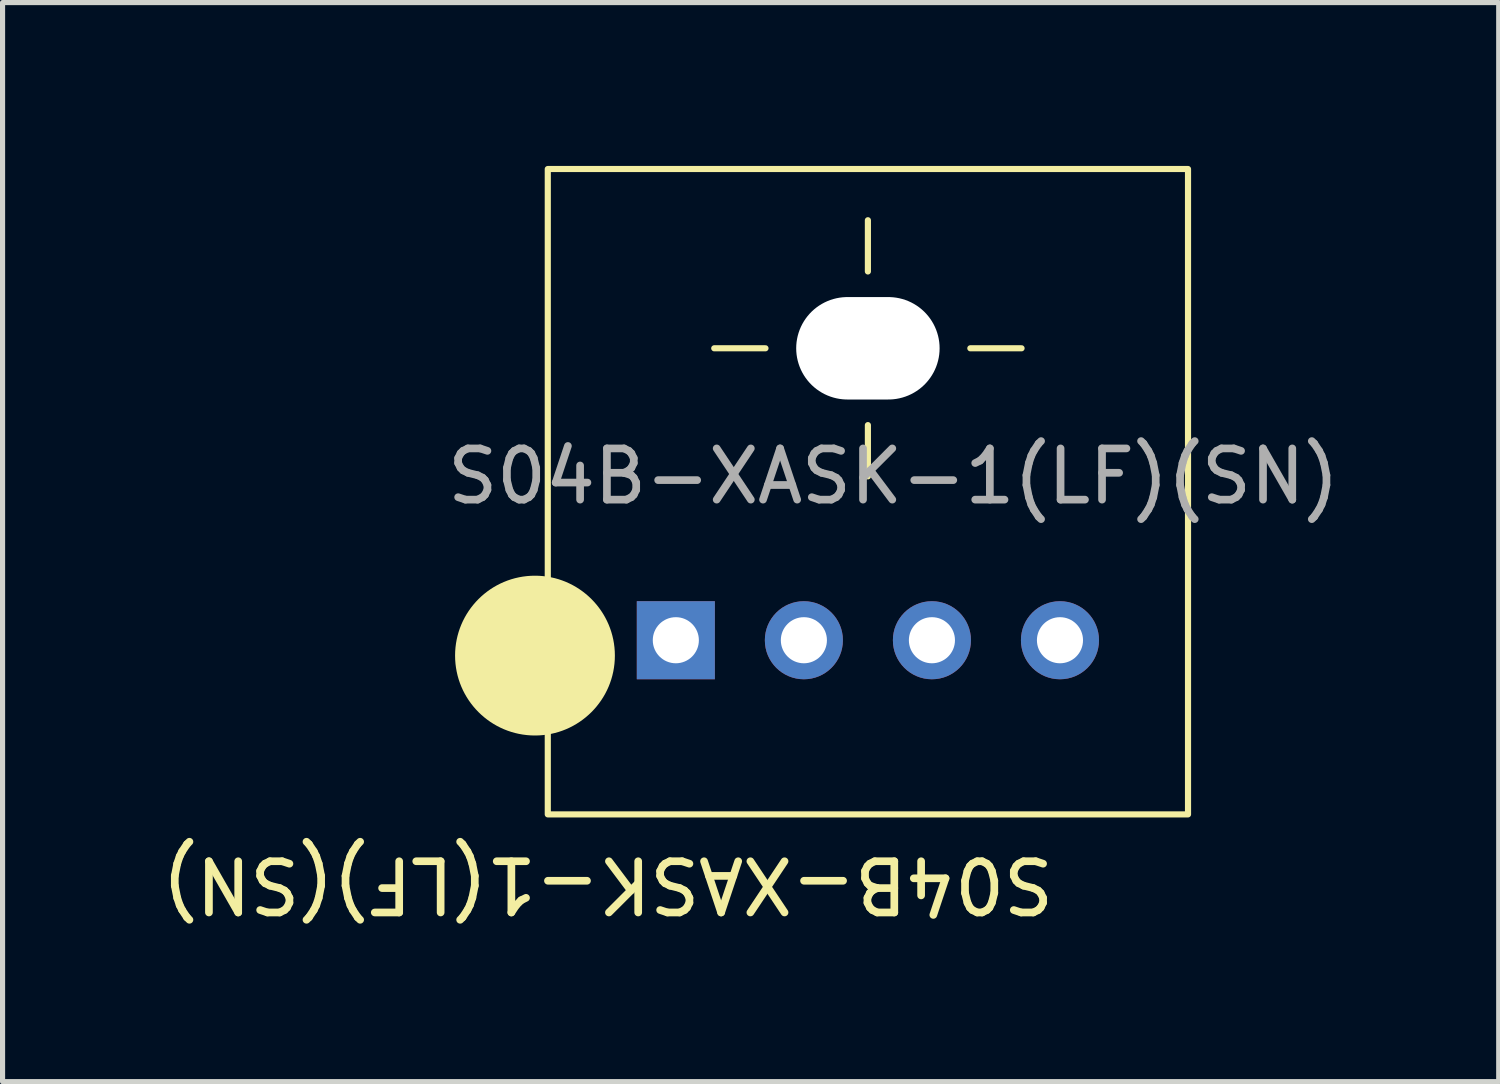
<source format=kicad_pcb>
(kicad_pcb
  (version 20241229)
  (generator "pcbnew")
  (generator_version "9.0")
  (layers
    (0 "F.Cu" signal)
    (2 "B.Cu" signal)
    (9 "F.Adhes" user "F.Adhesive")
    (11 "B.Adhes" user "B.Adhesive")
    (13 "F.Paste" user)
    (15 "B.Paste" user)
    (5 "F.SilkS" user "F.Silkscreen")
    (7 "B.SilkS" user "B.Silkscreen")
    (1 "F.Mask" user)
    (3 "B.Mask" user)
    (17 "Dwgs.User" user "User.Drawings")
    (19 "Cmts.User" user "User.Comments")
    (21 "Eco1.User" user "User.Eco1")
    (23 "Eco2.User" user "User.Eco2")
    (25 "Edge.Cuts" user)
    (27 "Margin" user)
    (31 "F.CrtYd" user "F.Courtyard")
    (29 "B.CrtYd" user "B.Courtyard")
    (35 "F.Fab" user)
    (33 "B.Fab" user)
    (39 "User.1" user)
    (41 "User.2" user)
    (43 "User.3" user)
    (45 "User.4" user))
  (footprint "S04B-XASK-1(LF)(SN)"
    (layer "F.Cu")
    (at 13.895 0.25)
    (property "Reference" "S04B-XASK-1(LF)(SN)" (at -5.08 13.97 180) (unlocked yes) (layer "F.SilkS") (effects (font (size 1 1) (thickness 0.15))))
    (attr through_hole)
    (fp_line (start -2 3.5) (end -3 3.5) (stroke (width 0.12) (type solid)) (layer "F.SilkS"))
    (fp_line (start 0 2) (end 0 1) (stroke (width 0.12) (type solid)) (layer "F.SilkS"))
    (fp_line (start 0 5) (end 0 6) (stroke (width 0.12) (type solid)) (layer "F.SilkS"))
    (fp_line (start 2 3.5) (end 3 3.5) (stroke (width 0.12) (type solid)) (layer "F.SilkS"))
    (fp_rect (start -6.25 0) (end 6.25 12.6) (stroke (width 0.12) (type solid)) (fill no) (layer "F.SilkS"))
    (fp_circle (center -6.5 9.5) (end -5 9.5) (stroke (width 0.12) (type solid)) (fill yes) (layer "F.SilkS"))
    (fp_text user "${REFERENCE}" (at 0.5 6 0) (unlocked yes) (layer "F.Fab") (effects (font (size 1 1) (thickness 0.15))))
    (pad "" np_thru_hole oval (at 0 3.5) (size 2.8 2) (drill oval 2.8 2) (layers "*.Cu" "*.Mask"))
    (pad "1" thru_hole rect (at -3.75 9.2) (size 1.524 1.524) (drill 0.9) (layers "*.Cu" "*.Mask"))
    (pad "2" thru_hole circle (at -1.25 9.2) (size 1.524 1.524) (drill 0.9) (layers "*.Cu" "*.Mask"))
    (pad "3" thru_hole circle (at 1.25 9.2) (size 1.524 1.524) (drill 0.9) (layers "*.Cu" "*.Mask"))
    (pad "4" thru_hole circle (at 3.75 9.2) (size 1.524 1.524) (drill 0.9) (layers "*.Cu" "*.Mask")))
  (gr_rect
    (start -3 -3)
    (end 26.211 18.068)
    (stroke (width 0.1) (type default))
    (fill no)
    (layer "Edge.Cuts")))
</source>
